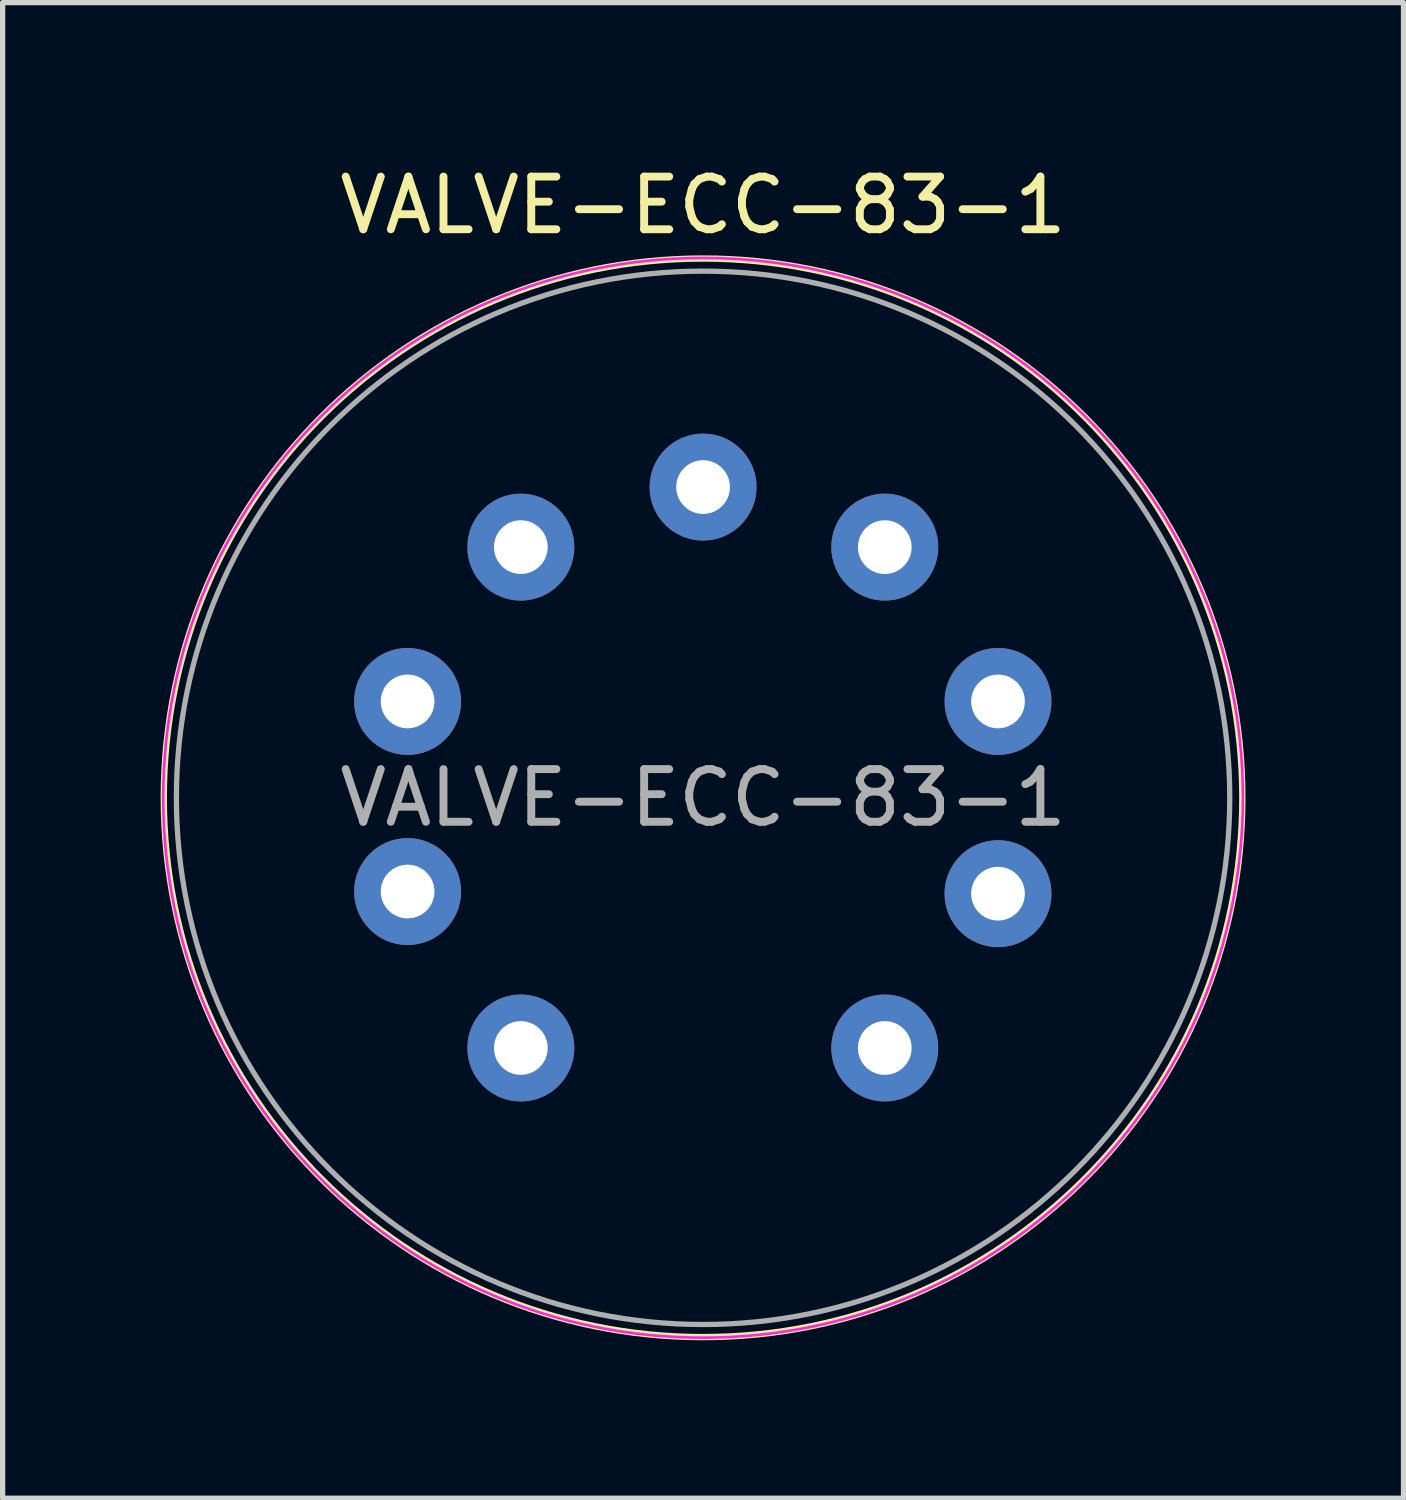
<source format=kicad_pcb>
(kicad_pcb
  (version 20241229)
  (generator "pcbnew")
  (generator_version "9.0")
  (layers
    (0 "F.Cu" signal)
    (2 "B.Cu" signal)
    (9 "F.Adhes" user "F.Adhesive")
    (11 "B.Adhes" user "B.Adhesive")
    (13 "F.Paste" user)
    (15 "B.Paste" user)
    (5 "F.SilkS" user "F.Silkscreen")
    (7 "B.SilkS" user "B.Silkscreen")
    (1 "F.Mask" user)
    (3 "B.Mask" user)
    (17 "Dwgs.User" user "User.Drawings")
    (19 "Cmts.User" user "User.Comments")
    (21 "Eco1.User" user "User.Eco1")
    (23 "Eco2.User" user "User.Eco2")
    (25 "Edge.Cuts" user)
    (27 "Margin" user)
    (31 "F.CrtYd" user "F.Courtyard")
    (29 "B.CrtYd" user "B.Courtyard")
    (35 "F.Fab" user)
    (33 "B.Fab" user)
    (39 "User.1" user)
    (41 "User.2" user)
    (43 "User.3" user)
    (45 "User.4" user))
  (footprint "VALVE-ECC-83-1"
    (layer "F.Cu")
    (at 13.749 16.848)
    (property "Reference" "VALVE-ECC-83-1" (at -3.45 -16 0) (layer "F.SilkS") (effects (font (size 1 1) (thickness 0.15))))
    (attr through_hole)
    (fp_circle (center -3.45 -4.75) (end 6.71 -3.48) (stroke (width 0.12) (type solid)) (fill no) (layer "F.SilkS"))
    (fp_circle (center -3.45 -4.75) (end -3.45 -15) (stroke (width 0.05) (type solid)) (fill no) (layer "F.CrtYd"))
    (fp_circle (center -3.45 -4.75) (end -3.45 -14.75) (stroke (width 0.1) (type solid)) (fill no) (layer "F.Fab"))
    (fp_text user "${REFERENCE}" (at -3.45 -4.75 0) (layer "F.Fab") (effects (font (size 1 1) (thickness 0.15))))
    (pad "1" thru_hole circle (at 0 0) (size 2.03 2.03) (drill 1.02) (layers "*.Cu" "*.Mask"))
    (pad "2" thru_hole circle (at 2.15 -2.93) (size 2.03 2.03) (drill 1.02) (layers "*.Cu" "*.Mask"))
    (pad "3" thru_hole circle (at 2.15 -6.58) (size 2.03 2.03) (drill 1.02) (layers "*.Cu" "*.Mask"))
    (pad "4" thru_hole circle (at 0 -9.51) (size 2.03 2.03) (drill 1.02) (layers "*.Cu" "*.Mask"))
    (pad "5" thru_hole circle (at -3.45 -10.65) (size 2.03 2.03) (drill 1.02) (layers "*.Cu" "*.Mask"))
    (pad "6" thru_hole circle (at -6.91 -9.51) (size 2.03 2.03) (drill 1.02) (layers "*.Cu" "*.Mask"))
    (pad "7" thru_hole circle (at -9.06 -6.58) (size 2.03 2.03) (drill 1.02) (layers "*.Cu" "*.Mask"))
    (pad "8" thru_hole circle (at -9.06 -2.97) (size 2.03 2.03) (drill 1.02) (layers "*.Cu" "*.Mask"))
    (pad "9" thru_hole circle (at -6.91 0) (size 2.03 2.03) (drill 1.02) (layers "*.Cu" "*.Mask")))
  (gr_rect
    (start -3 -3)
    (end 23.598 25.397)
    (stroke (width 0.1) (type default))
    (fill no)
    (layer "Edge.Cuts")))
</source>
